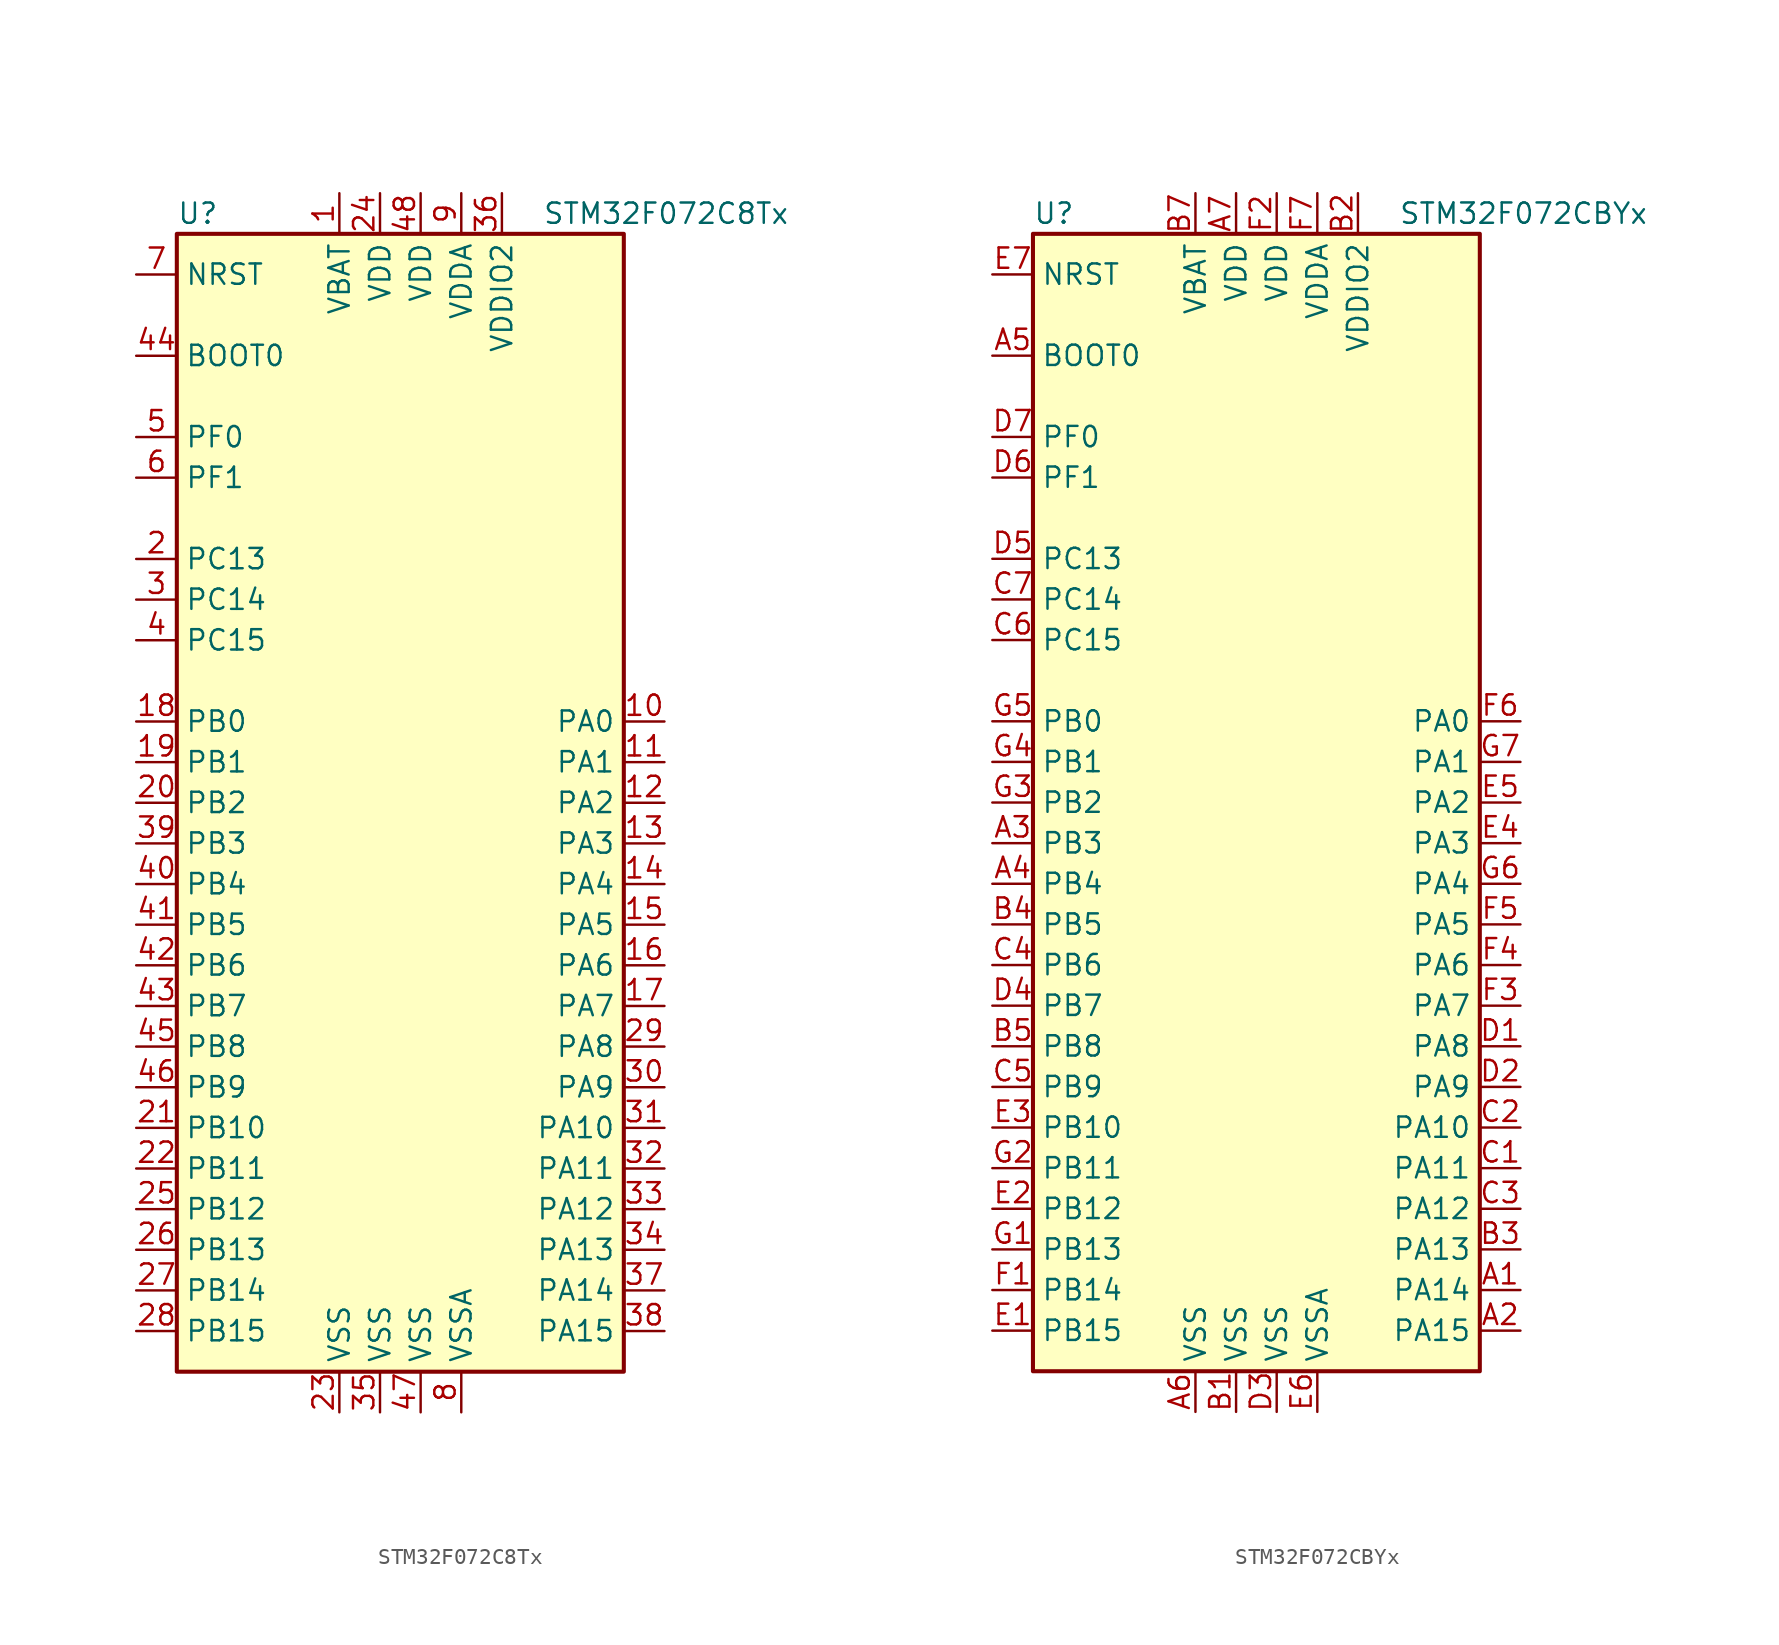
<source format=kicad_sym>
(kicad_symbol_lib
  (version 20211014)
  (generator kicad_symbol_editor)
  (symbol "STM32F072C8Tx"
    (property "Reference" "U"
      (at -15.24 36.83 0)
      (effects (font (size 1.27 1.27)) (justify left)))
    (property "Value" "STM32F072C8Tx"
      (at 7.62 36.83 0)
      (effects (font (size 1.27 1.27)) (justify left)))
    (symbol "STM32F072C8Tx_0_1"
      (rectangle (start -15.24 -35.56) (end 12.7 35.56) (stroke (width 0.254) (type default) (color 0 0 0 0)) (fill (type background))))
    (symbol "STM32F072C8Tx_1_1"
      (pin power_in line (at -5.08 38.1 270) (length 2.54) (name "VBAT" (effects (font (size 1.27 1.27)))) (number "1" (effects (font (size 1.27 1.27)))))
      (pin bidirectional line (at 15.24 5.08 180) (length 2.54) (name "PA0" (effects (font (size 1.27 1.27)))) (number "10" (effects (font (size 1.27 1.27)))))
      (pin bidirectional line (at 15.24 2.54 180) (length 2.54) (name "PA1" (effects (font (size 1.27 1.27)))) (number "11" (effects (font (size 1.27 1.27)))))
      (pin bidirectional line (at 15.24 0 180) (length 2.54) (name "PA2" (effects (font (size 1.27 1.27)))) (number "12" (effects (font (size 1.27 1.27)))))
      (pin bidirectional line (at 15.24 -2.54 180) (length 2.54) (name "PA3" (effects (font (size 1.27 1.27)))) (number "13" (effects (font (size 1.27 1.27)))))
      (pin bidirectional line (at 15.24 -5.08 180) (length 2.54) (name "PA4" (effects (font (size 1.27 1.27)))) (number "14" (effects (font (size 1.27 1.27)))))
      (pin bidirectional line (at 15.24 -7.62 180) (length 2.54) (name "PA5" (effects (font (size 1.27 1.27)))) (number "15" (effects (font (size 1.27 1.27)))))
      (pin bidirectional line (at 15.24 -10.16 180) (length 2.54) (name "PA6" (effects (font (size 1.27 1.27)))) (number "16" (effects (font (size 1.27 1.27)))))
      (pin bidirectional line (at 15.24 -12.7 180) (length 2.54) (name "PA7" (effects (font (size 1.27 1.27)))) (number "17" (effects (font (size 1.27 1.27)))))
      (pin bidirectional line (at -17.78 5.08 0) (length 2.54) (name "PB0" (effects (font (size 1.27 1.27)))) (number "18" (effects (font (size 1.27 1.27)))))
      (pin bidirectional line (at -17.78 2.54 0) (length 2.54) (name "PB1" (effects (font (size 1.27 1.27)))) (number "19" (effects (font (size 1.27 1.27)))))
      (pin bidirectional line (at -17.78 15.24 0) (length 2.54) (name "PC13" (effects (font (size 1.27 1.27)))) (number "2" (effects (font (size 1.27 1.27)))))
      (pin bidirectional line (at -17.78 0 0) (length 2.54) (name "PB2" (effects (font (size 1.27 1.27)))) (number "20" (effects (font (size 1.27 1.27)))))
      (pin bidirectional line (at -17.78 -20.32 0) (length 2.54) (name "PB10" (effects (font (size 1.27 1.27)))) (number "21" (effects (font (size 1.27 1.27)))))
      (pin bidirectional line (at -17.78 -22.86 0) (length 2.54) (name "PB11" (effects (font (size 1.27 1.27)))) (number "22" (effects (font (size 1.27 1.27)))))
      (pin power_in line (at -5.08 -38.1 90) (length 2.54) (name "VSS" (effects (font (size 1.27 1.27)))) (number "23" (effects (font (size 1.27 1.27)))))
      (pin power_in line (at -2.54 38.1 270) (length 2.54) (name "VDD" (effects (font (size 1.27 1.27)))) (number "24" (effects (font (size 1.27 1.27)))))
      (pin bidirectional line (at -17.78 -25.4 0) (length 2.54) (name "PB12" (effects (font (size 1.27 1.27)))) (number "25" (effects (font (size 1.27 1.27)))))
      (pin bidirectional line (at -17.78 -27.94 0) (length 2.54) (name "PB13" (effects (font (size 1.27 1.27)))) (number "26" (effects (font (size 1.27 1.27)))))
      (pin bidirectional line (at -17.78 -30.48 0) (length 2.54) (name "PB14" (effects (font (size 1.27 1.27)))) (number "27" (effects (font (size 1.27 1.27)))))
      (pin bidirectional line (at -17.78 -33.02 0) (length 2.54) (name "PB15" (effects (font (size 1.27 1.27)))) (number "28" (effects (font (size 1.27 1.27)))))
      (pin bidirectional line (at 15.24 -15.24 180) (length 2.54) (name "PA8" (effects (font (size 1.27 1.27)))) (number "29" (effects (font (size 1.27 1.27)))))
      (pin bidirectional line (at -17.78 12.7 0) (length 2.54) (name "PC14" (effects (font (size 1.27 1.27)))) (number "3" (effects (font (size 1.27 1.27)))))
      (pin bidirectional line (at 15.24 -17.78 180) (length 2.54) (name "PA9" (effects (font (size 1.27 1.27)))) (number "30" (effects (font (size 1.27 1.27)))))
      (pin bidirectional line (at 15.24 -20.32 180) (length 2.54) (name "PA10" (effects (font (size 1.27 1.27)))) (number "31" (effects (font (size 1.27 1.27)))))
      (pin bidirectional line (at 15.24 -22.86 180) (length 2.54) (name "PA11" (effects (font (size 1.27 1.27)))) (number "32" (effects (font (size 1.27 1.27)))))
      (pin bidirectional line (at 15.24 -25.4 180) (length 2.54) (name "PA12" (effects (font (size 1.27 1.27)))) (number "33" (effects (font (size 1.27 1.27)))))
      (pin bidirectional line (at 15.24 -27.94 180) (length 2.54) (name "PA13" (effects (font (size 1.27 1.27)))) (number "34" (effects (font (size 1.27 1.27)))))
      (pin power_in line (at -2.54 -38.1 90) (length 2.54) (name "VSS" (effects (font (size 1.27 1.27)))) (number "35" (effects (font (size 1.27 1.27)))))
      (pin power_in line (at 5.08 38.1 270) (length 2.54) (name "VDDIO2" (effects (font (size 1.27 1.27)))) (number "36" (effects (font (size 1.27 1.27)))))
      (pin bidirectional line (at 15.24 -30.48 180) (length 2.54) (name "PA14" (effects (font (size 1.27 1.27)))) (number "37" (effects (font (size 1.27 1.27)))))
      (pin bidirectional line (at 15.24 -33.02 180) (length 2.54) (name "PA15" (effects (font (size 1.27 1.27)))) (number "38" (effects (font (size 1.27 1.27)))))
      (pin bidirectional line (at -17.78 -2.54 0) (length 2.54) (name "PB3" (effects (font (size 1.27 1.27)))) (number "39" (effects (font (size 1.27 1.27)))))
      (pin bidirectional line (at -17.78 10.16 0) (length 2.54) (name "PC15" (effects (font (size 1.27 1.27)))) (number "4" (effects (font (size 1.27 1.27)))))
      (pin bidirectional line (at -17.78 -5.08 0) (length 2.54) (name "PB4" (effects (font (size 1.27 1.27)))) (number "40" (effects (font (size 1.27 1.27)))))
      (pin bidirectional line (at -17.78 -7.62 0) (length 2.54) (name "PB5" (effects (font (size 1.27 1.27)))) (number "41" (effects (font (size 1.27 1.27)))))
      (pin bidirectional line (at -17.78 -10.16 0) (length 2.54) (name "PB6" (effects (font (size 1.27 1.27)))) (number "42" (effects (font (size 1.27 1.27)))))
      (pin bidirectional line (at -17.78 -12.7 0) (length 2.54) (name "PB7" (effects (font (size 1.27 1.27)))) (number "43" (effects (font (size 1.27 1.27)))))
      (pin input line (at -17.78 27.94 0) (length 2.54) (name "BOOT0" (effects (font (size 1.27 1.27)))) (number "44" (effects (font (size 1.27 1.27)))))
      (pin bidirectional line (at -17.78 -15.24 0) (length 2.54) (name "PB8" (effects (font (size 1.27 1.27)))) (number "45" (effects (font (size 1.27 1.27)))))
      (pin bidirectional line (at -17.78 -17.78 0) (length 2.54) (name "PB9" (effects (font (size 1.27 1.27)))) (number "46" (effects (font (size 1.27 1.27)))))
      (pin power_in line (at 0 -38.1 90) (length 2.54) (name "VSS" (effects (font (size 1.27 1.27)))) (number "47" (effects (font (size 1.27 1.27)))))
      (pin power_in line (at 0 38.1 270) (length 2.54) (name "VDD" (effects (font (size 1.27 1.27)))) (number "48" (effects (font (size 1.27 1.27)))))
      (pin input line (at -17.78 22.86 0) (length 2.54) (name "PF0" (effects (font (size 1.27 1.27)))) (number "5" (effects (font (size 1.27 1.27)))))
      (pin input line (at -17.78 20.32 0) (length 2.54) (name "PF1" (effects (font (size 1.27 1.27)))) (number "6" (effects (font (size 1.27 1.27)))))
      (pin input line (at -17.78 33.02 0) (length 2.54) (name "NRST" (effects (font (size 1.27 1.27)))) (number "7" (effects (font (size 1.27 1.27)))))
      (pin power_in line (at 2.54 -38.1 90) (length 2.54) (name "VSSA" (effects (font (size 1.27 1.27)))) (number "8" (effects (font (size 1.27 1.27)))))
      (pin power_in line (at 2.54 38.1 270) (length 2.54) (name "VDDA" (effects (font (size 1.27 1.27)))) (number "9" (effects (font (size 1.27 1.27)))))))
  (symbol "STM32F072CBYx"
    (property "Reference" "U"
      (at -15.24 36.83 0)
      (effects (font (size 1.27 1.27)) (justify left)))
    (property "Value" "STM32F072CBYx"
      (at 7.62 36.83 0)
      (effects (font (size 1.27 1.27)) (justify left)))
    (symbol "STM32F072CBYx_0_1"
      (rectangle (start -15.24 -35.56) (end 12.7 35.56) (stroke (width 0.254) (type default) (color 0 0 0 0)) (fill (type background))))
    (symbol "STM32F072CBYx_1_1"
      (pin bidirectional line (at 15.24 -30.48 180) (length 2.54) (name "PA14" (effects (font (size 1.27 1.27)))) (number "A1" (effects (font (size 1.27 1.27)))))
      (pin bidirectional line (at 15.24 -33.02 180) (length 2.54) (name "PA15" (effects (font (size 1.27 1.27)))) (number "A2" (effects (font (size 1.27 1.27)))))
      (pin bidirectional line (at -17.78 -2.54 0) (length 2.54) (name "PB3" (effects (font (size 1.27 1.27)))) (number "A3" (effects (font (size 1.27 1.27)))))
      (pin bidirectional line (at -17.78 -5.08 0) (length 2.54) (name "PB4" (effects (font (size 1.27 1.27)))) (number "A4" (effects (font (size 1.27 1.27)))))
      (pin input line (at -17.78 27.94 0) (length 2.54) (name "BOOT0" (effects (font (size 1.27 1.27)))) (number "A5" (effects (font (size 1.27 1.27)))))
      (pin power_in line (at -5.08 -38.1 90) (length 2.54) (name "VSS" (effects (font (size 1.27 1.27)))) (number "A6" (effects (font (size 1.27 1.27)))))
      (pin power_in line (at -2.54 38.1 270) (length 2.54) (name "VDD" (effects (font (size 1.27 1.27)))) (number "A7" (effects (font (size 1.27 1.27)))))
      (pin power_in line (at -2.54 -38.1 90) (length 2.54) (name "VSS" (effects (font (size 1.27 1.27)))) (number "B1" (effects (font (size 1.27 1.27)))))
      (pin power_in line (at 5.08 38.1 270) (length 2.54) (name "VDDIO2" (effects (font (size 1.27 1.27)))) (number "B2" (effects (font (size 1.27 1.27)))))
      (pin bidirectional line (at 15.24 -27.94 180) (length 2.54) (name "PA13" (effects (font (size 1.27 1.27)))) (number "B3" (effects (font (size 1.27 1.27)))))
      (pin bidirectional line (at -17.78 -7.62 0) (length 2.54) (name "PB5" (effects (font (size 1.27 1.27)))) (number "B4" (effects (font (size 1.27 1.27)))))
      (pin bidirectional line (at -17.78 -15.24 0) (length 2.54) (name "PB8" (effects (font (size 1.27 1.27)))) (number "B5" (effects (font (size 1.27 1.27)))))
      (pin no_connect line (at -15.24 -33.02 0) (length 2.54) hide (name "NC" (effects (font (size 1.27 1.27)))) (number "B6" (effects (font (size 1.27 1.27)))))
      (pin power_in line (at -5.08 38.1 270) (length 2.54) (name "VBAT" (effects (font (size 1.27 1.27)))) (number "B7" (effects (font (size 1.27 1.27)))))
      (pin bidirectional line (at 15.24 -22.86 180) (length 2.54) (name "PA11" (effects (font (size 1.27 1.27)))) (number "C1" (effects (font (size 1.27 1.27)))))
      (pin bidirectional line (at 15.24 -20.32 180) (length 2.54) (name "PA10" (effects (font (size 1.27 1.27)))) (number "C2" (effects (font (size 1.27 1.27)))))
      (pin bidirectional line (at 15.24 -25.4 180) (length 2.54) (name "PA12" (effects (font (size 1.27 1.27)))) (number "C3" (effects (font (size 1.27 1.27)))))
      (pin bidirectional line (at -17.78 -10.16 0) (length 2.54) (name "PB6" (effects (font (size 1.27 1.27)))) (number "C4" (effects (font (size 1.27 1.27)))))
      (pin bidirectional line (at -17.78 -17.78 0) (length 2.54) (name "PB9" (effects (font (size 1.27 1.27)))) (number "C5" (effects (font (size 1.27 1.27)))))
      (pin bidirectional line (at -17.78 10.16 0) (length 2.54) (name "PC15" (effects (font (size 1.27 1.27)))) (number "C6" (effects (font (size 1.27 1.27)))))
      (pin bidirectional line (at -17.78 12.7 0) (length 2.54) (name "PC14" (effects (font (size 1.27 1.27)))) (number "C7" (effects (font (size 1.27 1.27)))))
      (pin bidirectional line (at 15.24 -15.24 180) (length 2.54) (name "PA8" (effects (font (size 1.27 1.27)))) (number "D1" (effects (font (size 1.27 1.27)))))
      (pin bidirectional line (at 15.24 -17.78 180) (length 2.54) (name "PA9" (effects (font (size 1.27 1.27)))) (number "D2" (effects (font (size 1.27 1.27)))))
      (pin power_in line (at 0 -38.1 90) (length 2.54) (name "VSS" (effects (font (size 1.27 1.27)))) (number "D3" (effects (font (size 1.27 1.27)))))
      (pin bidirectional line (at -17.78 -12.7 0) (length 2.54) (name "PB7" (effects (font (size 1.27 1.27)))) (number "D4" (effects (font (size 1.27 1.27)))))
      (pin bidirectional line (at -17.78 15.24 0) (length 2.54) (name "PC13" (effects (font (size 1.27 1.27)))) (number "D5" (effects (font (size 1.27 1.27)))))
      (pin input line (at -17.78 20.32 0) (length 2.54) (name "PF1" (effects (font (size 1.27 1.27)))) (number "D6" (effects (font (size 1.27 1.27)))))
      (pin input line (at -17.78 22.86 0) (length 2.54) (name "PF0" (effects (font (size 1.27 1.27)))) (number "D7" (effects (font (size 1.27 1.27)))))
      (pin bidirectional line (at -17.78 -33.02 0) (length 2.54) (name "PB15" (effects (font (size 1.27 1.27)))) (number "E1" (effects (font (size 1.27 1.27)))))
      (pin bidirectional line (at -17.78 -25.4 0) (length 2.54) (name "PB12" (effects (font (size 1.27 1.27)))) (number "E2" (effects (font (size 1.27 1.27)))))
      (pin bidirectional line (at -17.78 -20.32 0) (length 2.54) (name "PB10" (effects (font (size 1.27 1.27)))) (number "E3" (effects (font (size 1.27 1.27)))))
      (pin bidirectional line (at 15.24 -2.54 180) (length 2.54) (name "PA3" (effects (font (size 1.27 1.27)))) (number "E4" (effects (font (size 1.27 1.27)))))
      (pin bidirectional line (at 15.24 0 180) (length 2.54) (name "PA2" (effects (font (size 1.27 1.27)))) (number "E5" (effects (font (size 1.27 1.27)))))
      (pin power_in line (at 2.54 -38.1 90) (length 2.54) (name "VSSA" (effects (font (size 1.27 1.27)))) (number "E6" (effects (font (size 1.27 1.27)))))
      (pin input line (at -17.78 33.02 0) (length 2.54) (name "NRST" (effects (font (size 1.27 1.27)))) (number "E7" (effects (font (size 1.27 1.27)))))
      (pin bidirectional line (at -17.78 -30.48 0) (length 2.54) (name "PB14" (effects (font (size 1.27 1.27)))) (number "F1" (effects (font (size 1.27 1.27)))))
      (pin power_in line (at 0 38.1 270) (length 2.54) (name "VDD" (effects (font (size 1.27 1.27)))) (number "F2" (effects (font (size 1.27 1.27)))))
      (pin bidirectional line (at 15.24 -12.7 180) (length 2.54) (name "PA7" (effects (font (size 1.27 1.27)))) (number "F3" (effects (font (size 1.27 1.27)))))
      (pin bidirectional line (at 15.24 -10.16 180) (length 2.54) (name "PA6" (effects (font (size 1.27 1.27)))) (number "F4" (effects (font (size 1.27 1.27)))))
      (pin bidirectional line (at 15.24 -7.62 180) (length 2.54) (name "PA5" (effects (font (size 1.27 1.27)))) (number "F5" (effects (font (size 1.27 1.27)))))
      (pin bidirectional line (at 15.24 5.08 180) (length 2.54) (name "PA0" (effects (font (size 1.27 1.27)))) (number "F6" (effects (font (size 1.27 1.27)))))
      (pin power_in line (at 2.54 38.1 270) (length 2.54) (name "VDDA" (effects (font (size 1.27 1.27)))) (number "F7" (effects (font (size 1.27 1.27)))))
      (pin bidirectional line (at -17.78 -27.94 0) (length 2.54) (name "PB13" (effects (font (size 1.27 1.27)))) (number "G1" (effects (font (size 1.27 1.27)))))
      (pin bidirectional line (at -17.78 -22.86 0) (length 2.54) (name "PB11" (effects (font (size 1.27 1.27)))) (number "G2" (effects (font (size 1.27 1.27)))))
      (pin bidirectional line (at -17.78 0 0) (length 2.54) (name "PB2" (effects (font (size 1.27 1.27)))) (number "G3" (effects (font (size 1.27 1.27)))))
      (pin bidirectional line (at -17.78 2.54 0) (length 2.54) (name "PB1" (effects (font (size 1.27 1.27)))) (number "G4" (effects (font (size 1.27 1.27)))))
      (pin bidirectional line (at -17.78 5.08 0) (length 2.54) (name "PB0" (effects (font (size 1.27 1.27)))) (number "G5" (effects (font (size 1.27 1.27)))))
      (pin bidirectional line (at 15.24 -5.08 180) (length 2.54) (name "PA4" (effects (font (size 1.27 1.27)))) (number "G6" (effects (font (size 1.27 1.27)))))
      (pin bidirectional line (at 15.24 2.54 180) (length 2.54) (name "PA1" (effects (font (size 1.27 1.27)))) (number "G7" (effects (font (size 1.27 1.27))))))))
</source>
